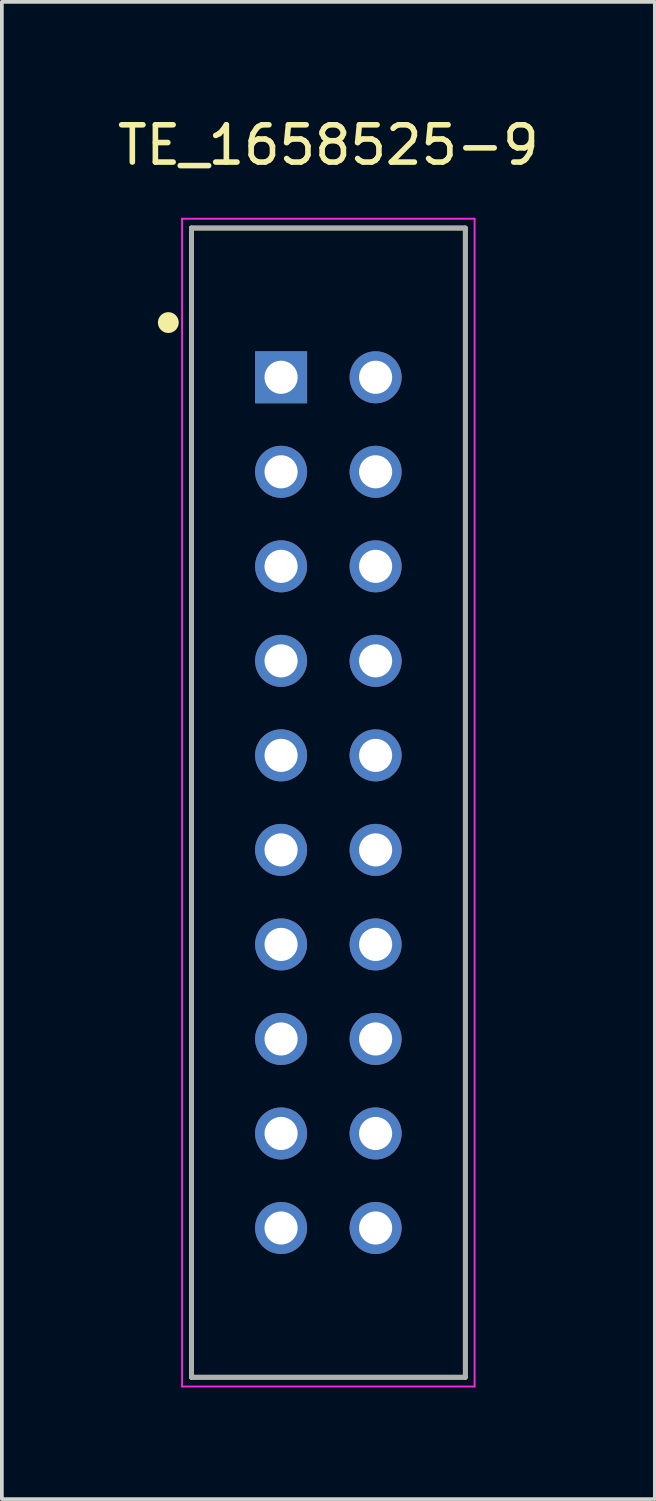
<source format=kicad_pcb>
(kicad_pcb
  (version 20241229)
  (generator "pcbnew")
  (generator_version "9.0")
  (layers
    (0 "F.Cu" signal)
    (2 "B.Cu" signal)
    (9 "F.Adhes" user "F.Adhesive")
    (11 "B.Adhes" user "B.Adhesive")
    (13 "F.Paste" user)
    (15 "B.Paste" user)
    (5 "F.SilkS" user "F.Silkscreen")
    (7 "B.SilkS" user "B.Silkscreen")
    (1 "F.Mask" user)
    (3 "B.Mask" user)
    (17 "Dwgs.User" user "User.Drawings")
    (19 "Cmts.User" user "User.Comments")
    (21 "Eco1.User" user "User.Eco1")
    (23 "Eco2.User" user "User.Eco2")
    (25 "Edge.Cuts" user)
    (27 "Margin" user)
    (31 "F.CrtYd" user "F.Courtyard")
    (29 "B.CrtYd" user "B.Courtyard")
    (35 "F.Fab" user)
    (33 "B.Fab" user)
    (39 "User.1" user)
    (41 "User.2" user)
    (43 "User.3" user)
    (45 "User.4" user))
  (footprint "TE_1658525-9"
    (layer "F.Cu")
    (at 5.773 18.518)
    (property "Reference" "TE_1658525-9" (at 0.000015 -17.669 0) (layer "F.SilkS") (effects (font (size 1.001 1.001) (thickness 0.15))))
    (attr through_hole)
    (fp_line (start -3.68 -15.44) (end 3.68 -15.44) (stroke (width 0.127) (type solid)) (layer "F.SilkS"))
    (fp_line (start -3.68 15.44) (end -3.68 -15.44) (stroke (width 0.127) (type solid)) (layer "F.SilkS"))
    (fp_line (start 3.68 -15.44) (end 3.68 15.44) (stroke (width 0.127) (type solid)) (layer "F.SilkS"))
    (fp_line (start 3.68 15.44) (end -3.68 15.44) (stroke (width 0.127) (type solid)) (layer "F.SilkS"))
    (fp_circle (center -4.3 -12.9) (end -4.16 -12.9) (stroke (width 0.28) (type solid)) (fill no) (layer "F.SilkS"))
    (fp_line (start -3.93 -15.69) (end 3.93 -15.69) (stroke (width 0.05) (type solid)) (layer "F.CrtYd"))
    (fp_line (start -3.93 15.69) (end -3.93 -15.69) (stroke (width 0.05) (type solid)) (layer "F.CrtYd"))
    (fp_line (start 3.93 -15.69) (end 3.93 15.69) (stroke (width 0.05) (type solid)) (layer "F.CrtYd"))
    (fp_line (start 3.93 15.69) (end -3.93 15.69) (stroke (width 0.05) (type solid)) (layer "F.CrtYd"))
    (fp_line (start -3.68 -15.44) (end 3.68 -15.44) (stroke (width 0.127) (type solid)) (layer "F.Fab"))
    (fp_line (start -3.68 15.44) (end -3.68 -15.44) (stroke (width 0.127) (type solid)) (layer "F.Fab"))
    (fp_line (start 3.68 -15.44) (end 3.68 15.44) (stroke (width 0.127) (type solid)) (layer "F.Fab"))
    (fp_line (start 3.68 15.44) (end -3.68 15.44) (stroke (width 0.127) (type solid)) (layer "F.Fab"))
    (pad "1" thru_hole rect (at -1.27 -11.43) (size 1.398 1.398) (drill 0.89) (layers "*.Cu" "*.Mask"))
    (pad "2" thru_hole circle (at 1.27 -11.43) (size 1.398 1.398) (drill 0.89) (layers "*.Cu" "*.Mask"))
    (pad "3" thru_hole circle (at -1.27 -8.89) (size 1.398 1.398) (drill 0.89) (layers "*.Cu" "*.Mask"))
    (pad "4" thru_hole circle (at 1.27 -8.89) (size 1.398 1.398) (drill 0.89) (layers "*.Cu" "*.Mask"))
    (pad "5" thru_hole circle (at -1.27 -6.35) (size 1.398 1.398) (drill 0.89) (layers "*.Cu" "*.Mask"))
    (pad "6" thru_hole circle (at 1.27 -6.35) (size 1.398 1.398) (drill 0.89) (layers "*.Cu" "*.Mask"))
    (pad "7" thru_hole circle (at -1.27 -3.81) (size 1.398 1.398) (drill 0.89) (layers "*.Cu" "*.Mask"))
    (pad "8" thru_hole circle (at 1.27 -3.81) (size 1.398 1.398) (drill 0.89) (layers "*.Cu" "*.Mask"))
    (pad "9" thru_hole circle (at -1.27 -1.27) (size 1.398 1.398) (drill 0.89) (layers "*.Cu" "*.Mask"))
    (pad "10" thru_hole circle (at 1.27 -1.27) (size 1.398 1.398) (drill 0.89) (layers "*.Cu" "*.Mask"))
    (pad "11" thru_hole circle (at -1.27 1.27) (size 1.398 1.398) (drill 0.89) (layers "*.Cu" "*.Mask"))
    (pad "12" thru_hole circle (at 1.27 1.27) (size 1.398 1.398) (drill 0.89) (layers "*.Cu" "*.Mask"))
    (pad "13" thru_hole circle (at -1.27 3.81) (size 1.398 1.398) (drill 0.89) (layers "*.Cu" "*.Mask"))
    (pad "14" thru_hole circle (at 1.27 3.81) (size 1.398 1.398) (drill 0.89) (layers "*.Cu" "*.Mask"))
    (pad "15" thru_hole circle (at -1.27 6.35) (size 1.398 1.398) (drill 0.89) (layers "*.Cu" "*.Mask"))
    (pad "16" thru_hole circle (at 1.27 6.35) (size 1.398 1.398) (drill 0.89) (layers "*.Cu" "*.Mask"))
    (pad "17" thru_hole circle (at -1.27 8.89) (size 1.398 1.398) (drill 0.89) (layers "*.Cu" "*.Mask"))
    (pad "18" thru_hole circle (at 1.27 8.89) (size 1.398 1.398) (drill 0.89) (layers "*.Cu" "*.Mask"))
    (pad "19" thru_hole circle (at -1.27 11.43) (size 1.398 1.398) (drill 0.89) (layers "*.Cu" "*.Mask"))
    (pad "20" thru_hole circle (at 1.27 11.43) (size 1.398 1.398) (drill 0.89) (layers "*.Cu" "*.Mask")))
  (gr_rect
    (start -3 -3)
    (end 14.546 37.233)
    (stroke (width 0.1) (type default))
    (fill no)
    (layer "Edge.Cuts")))
</source>
